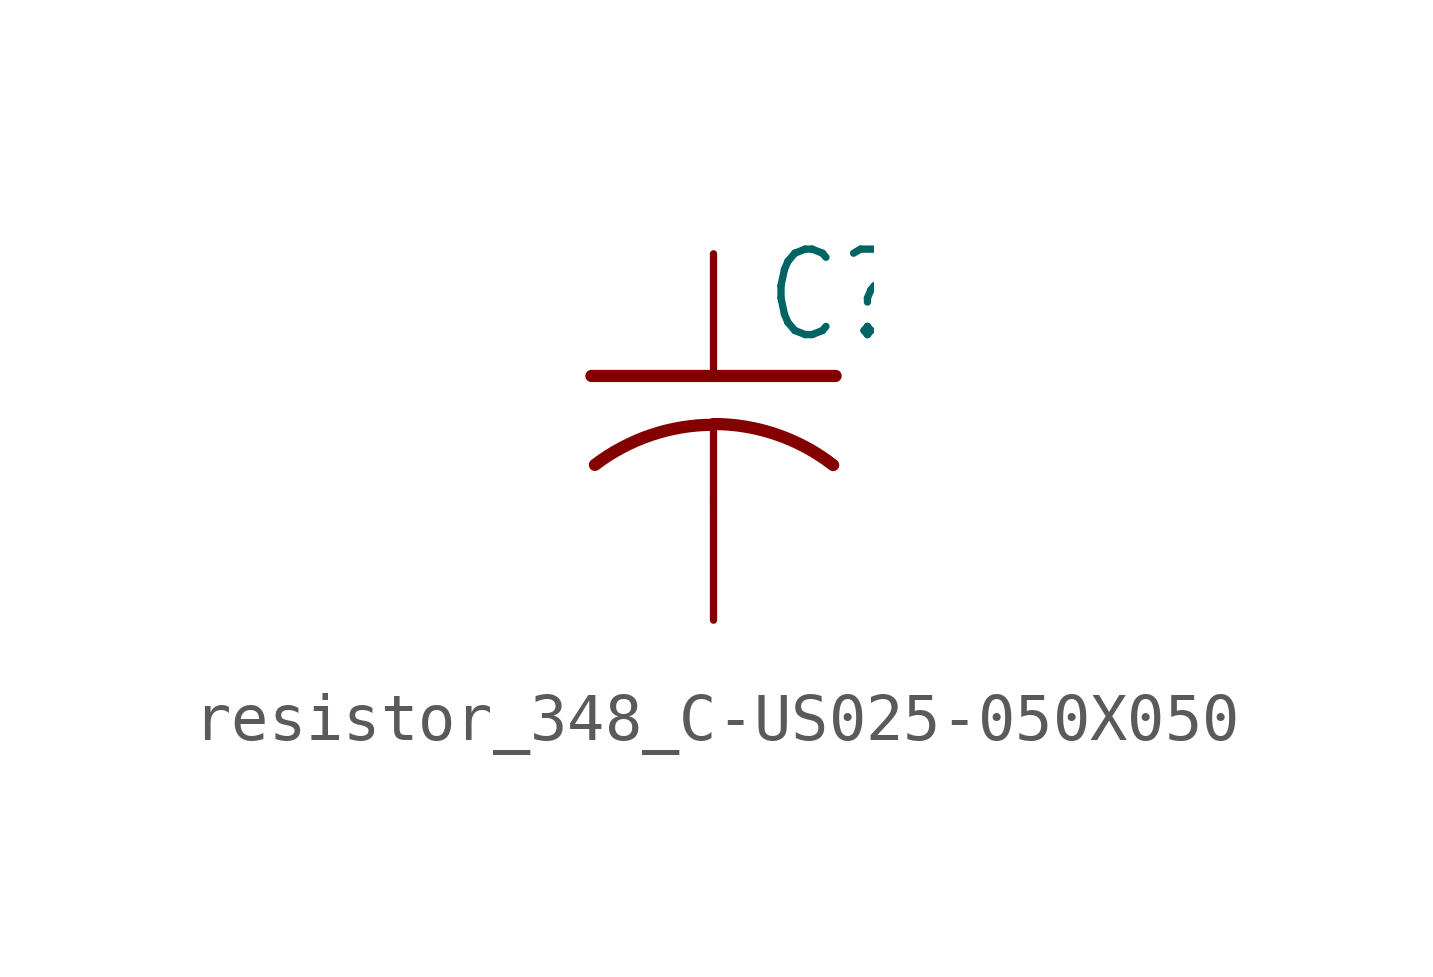
<source format=kicad_sym>
(kicad_symbol_lib
  (version 20241209)
  (generator "kicad_symbol_editor")
  (generator_version "9.0")
  (symbol "resistor_348_C-US025-050X050"
    (property "Reference" "C"
      (at 1.016 0.635 0)
      (effects (font (size 1.778 1.511)) (justify left bottom)))
    (property "Value" ""
      (at 1.016 -4.191 0)
      (effects (font (size 1.778 1.511)) (justify left bottom)))
    (property "ki_locked" ""
      (at 0 0 0)
      (effects (font (size 1.27 1.27))))
    (symbol "resistor_348_C-US025-050X050_1_0"
      (polyline (pts (xy -2.54 0) (xy 2.54 0)) (stroke (width 0.254) (type solid)) (fill (type none)))
      (polyline (pts (xy 0 -1.016) (xy 0 -2.54)) (stroke (width 0.152) (type solid)) (fill (type none)))
      (arc (start 0 -1) (mid 1.3158 -1.2195) (end 2.4892 -1.8541) (stroke (width 0.254) (type solid)) (fill (type none)))
      (arc (start -2.4668 -1.8504) (mid -1.302 -1.2303) (end 0 -1.0161) (stroke (width 0.254) (type solid)) (fill (type none)))
      (pin passive line (at 0 2.54 270) (length 2.54) (name "1" (effects (font (size 0 0)))) (number "1" (effects (font (size 0 0)))))
      (pin passive line (at 0 -5.08 90) (length 2.54) (name "2" (effects (font (size 0 0)))) (number "2" (effects (font (size 0 0))))))))
</source>
